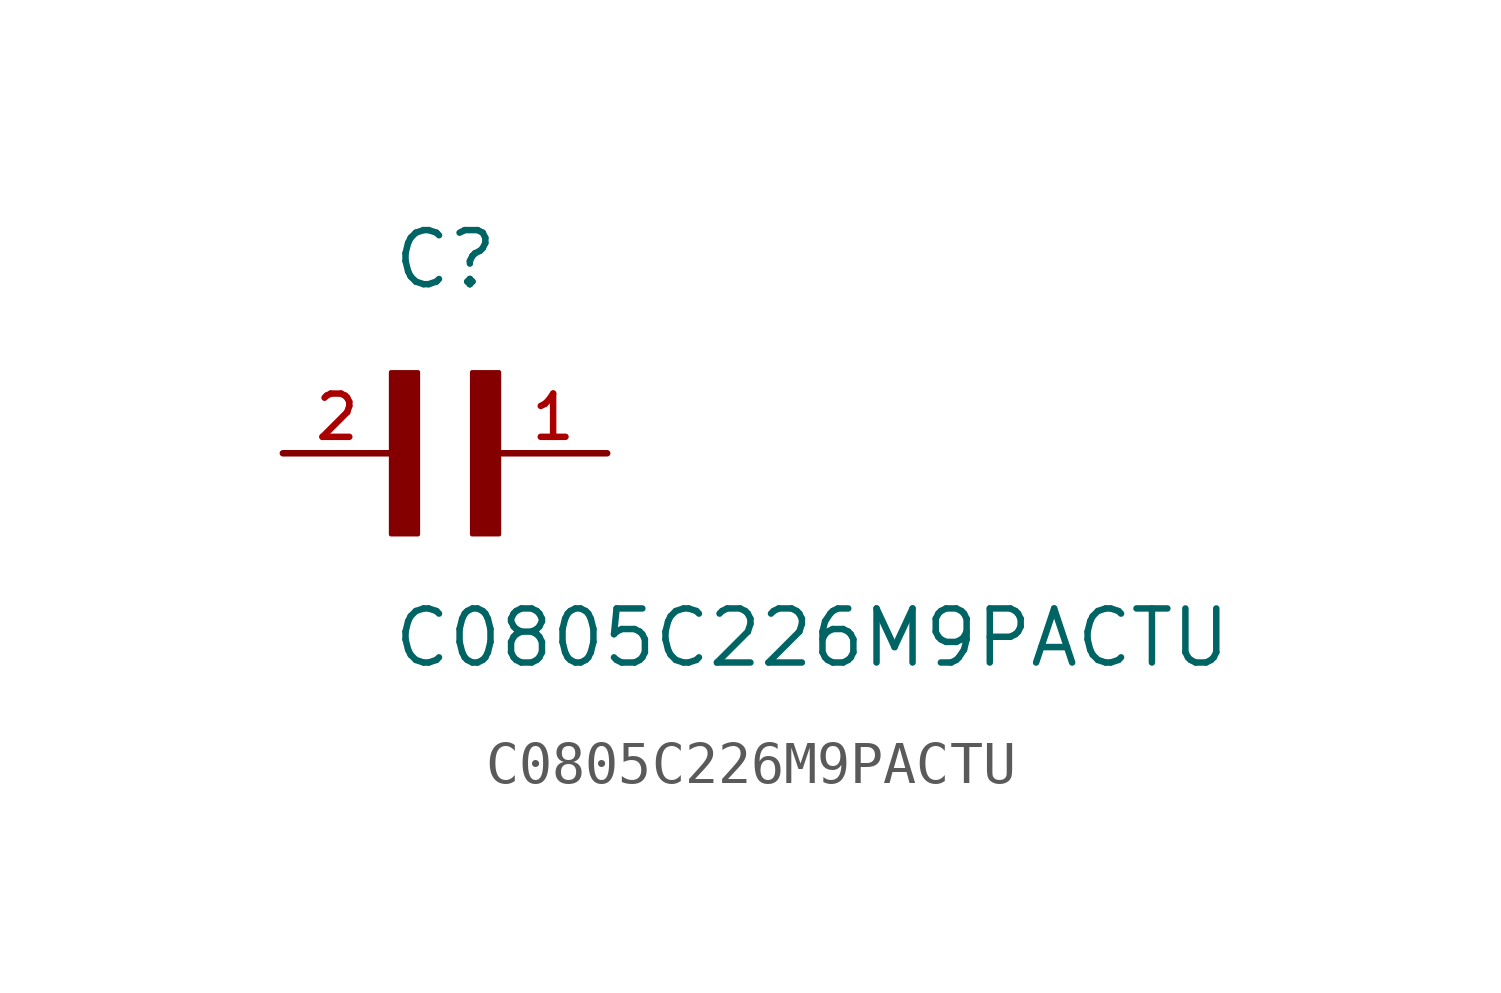
<source format=kicad_sym>
(kicad_symbol_lib
  (version 20211014)
  (generator kicad_symbol_editor)
  (symbol "C0805C226M9PACTU"
    (pin_names
      (offset 1.016))
    (property "Reference" "C"
      (at 0.0 3.81 0)
      (effects (font (size 1.27 1.27)) (justify bottom left)))
    (property "Value" "C0805C226M9PACTU"
      (at 0.0 -5.08 0)
      (effects (font (size 1.27 1.27)) (justify bottom left)))
    (symbol "C0805C226M9PACTU_0_0"
      (rectangle (start 0.0 -1.905) (end 0.635 1.905) (stroke (width 0.1)) (fill (type outline)))
      (rectangle (start 1.905 -1.905) (end 2.54 1.905) (stroke (width 0.1)) (fill (type outline)))
      (pin passive line (at 5.08 0.0 180.0) (length 2.54) (name "~" (effects (font (size 1.016 1.016)))) (number "1" (effects (font (size 1.016 1.016)))))
      (pin passive line (at -2.54 0.0 0) (length 2.54) (name "~" (effects (font (size 1.016 1.016)))) (number "2" (effects (font (size 1.016 1.016))))))))
</source>
